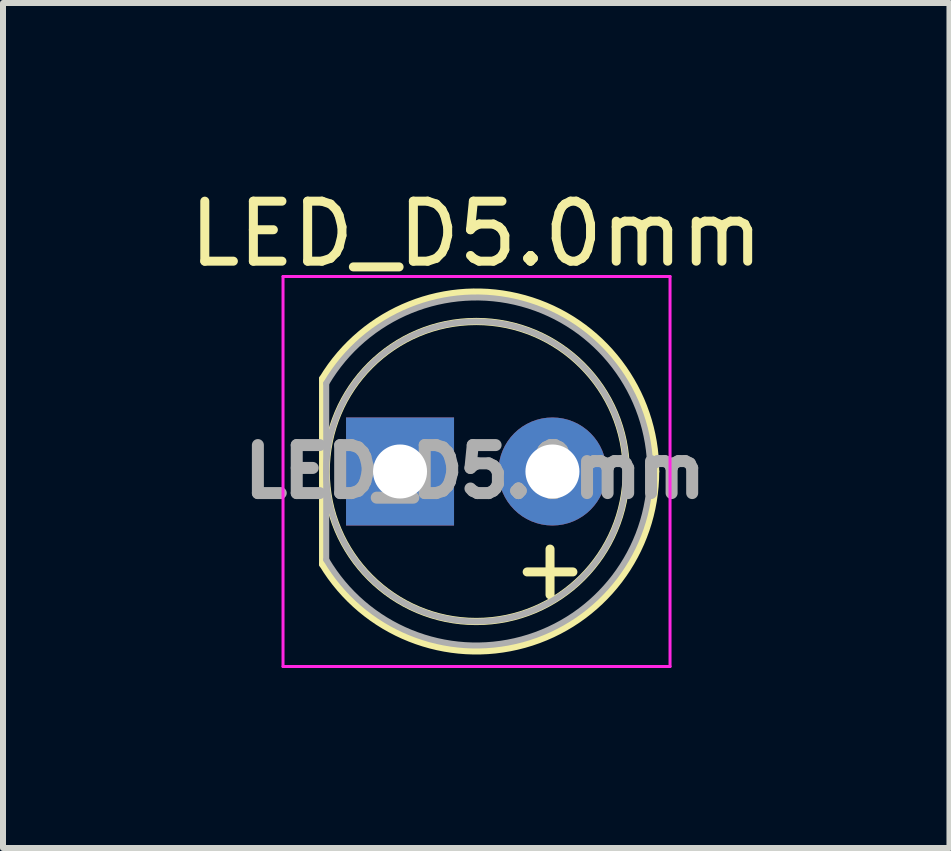
<source format=kicad_pcb>
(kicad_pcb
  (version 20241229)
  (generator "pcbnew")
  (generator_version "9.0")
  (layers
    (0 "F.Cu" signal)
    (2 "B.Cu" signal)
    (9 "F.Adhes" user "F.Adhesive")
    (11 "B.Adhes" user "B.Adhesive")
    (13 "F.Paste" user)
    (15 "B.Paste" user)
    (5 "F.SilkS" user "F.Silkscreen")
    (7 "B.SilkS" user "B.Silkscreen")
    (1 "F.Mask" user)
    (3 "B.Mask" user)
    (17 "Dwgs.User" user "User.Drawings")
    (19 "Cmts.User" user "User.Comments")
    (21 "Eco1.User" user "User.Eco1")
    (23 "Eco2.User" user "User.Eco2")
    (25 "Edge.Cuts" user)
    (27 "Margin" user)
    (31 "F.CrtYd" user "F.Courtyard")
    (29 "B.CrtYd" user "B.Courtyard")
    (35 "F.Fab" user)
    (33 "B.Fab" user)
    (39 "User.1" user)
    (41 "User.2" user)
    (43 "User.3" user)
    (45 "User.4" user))
  (footprint "LED_D5.0mm"
    (layer "F.Cu")
    (at 3.617 4.808)
    (property "Reference" "LED_D5.0mm" (at 1.27 -3.96 0) (layer "F.SilkS") (effects (font (size 1 1) (thickness 0.15))))
    (attr through_hole)
    (fp_line (start -1.29 -1.545) (end -1.29 1.545) (stroke (width 0.12) (type solid)) (layer "F.SilkS"))
    (fp_arc (start -1.29 -1.54483) (mid 2.072002 -2.880433) (end 4.26 0.000462) (stroke (width 0.12) (type solid)) (layer "F.SilkS"))
    (fp_arc (start 4.26 -0.000462) (mid 2.072002 2.880433) (end -1.29 1.54483) (stroke (width 0.12) (type solid)) (layer "F.SilkS"))
    (fp_circle (center 1.27 0) (end 3.77 0) (stroke (width 0.12) (type solid)) (fill no) (layer "F.SilkS"))
    (fp_line (start -1.95 -3.25) (end -1.95 3.25) (stroke (width 0.05) (type solid)) (layer "F.CrtYd"))
    (fp_line (start -1.95 3.25) (end 4.5 3.25) (stroke (width 0.05) (type solid)) (layer "F.CrtYd"))
    (fp_line (start 4.5 -3.25) (end -1.95 -3.25) (stroke (width 0.05) (type solid)) (layer "F.CrtYd"))
    (fp_line (start 4.5 3.25) (end 4.5 -3.25) (stroke (width 0.05) (type solid)) (layer "F.CrtYd"))
    (fp_line (start -1.23 -1.47) (end -1.23 1.47) (stroke (width 0.1) (type solid)) (layer "F.Fab"))
    (fp_arc (start -1.23 -1.469694) (mid 4.17 0.000016) (end -1.230016 1.469666) (stroke (width 0.1) (type solid)) (layer "F.Fab"))
    (fp_circle (center 1.27 0) (end 3.77 0) (stroke (width 0.1) (type solid)) (fill no) (layer "F.Fab"))
    (fp_text user "+" (at 2.5 1.6 0) (layer "F.SilkS") (effects (font (size 1 1) (thickness 0.15))))
    (fp_text user "${REFERENCE}" (at 1.25 0 0) (layer "F.Fab") (effects (font (size 0.8 0.8) (thickness 0.2))))
    (pad "1" thru_hole rect (at 0 0) (size 1.8 1.8) (drill 0.9) (layers "*.Cu" "*.Mask"))
    (pad "2" thru_hole circle (at 2.54 0) (size 1.8 1.8) (drill 0.9) (layers "*.Cu" "*.Mask")))
  (gr_rect
    (start -3 -3)
    (end 12.774 11.083)
    (stroke (width 0.1) (type default))
    (fill no)
    (layer "Edge.Cuts")))
</source>
